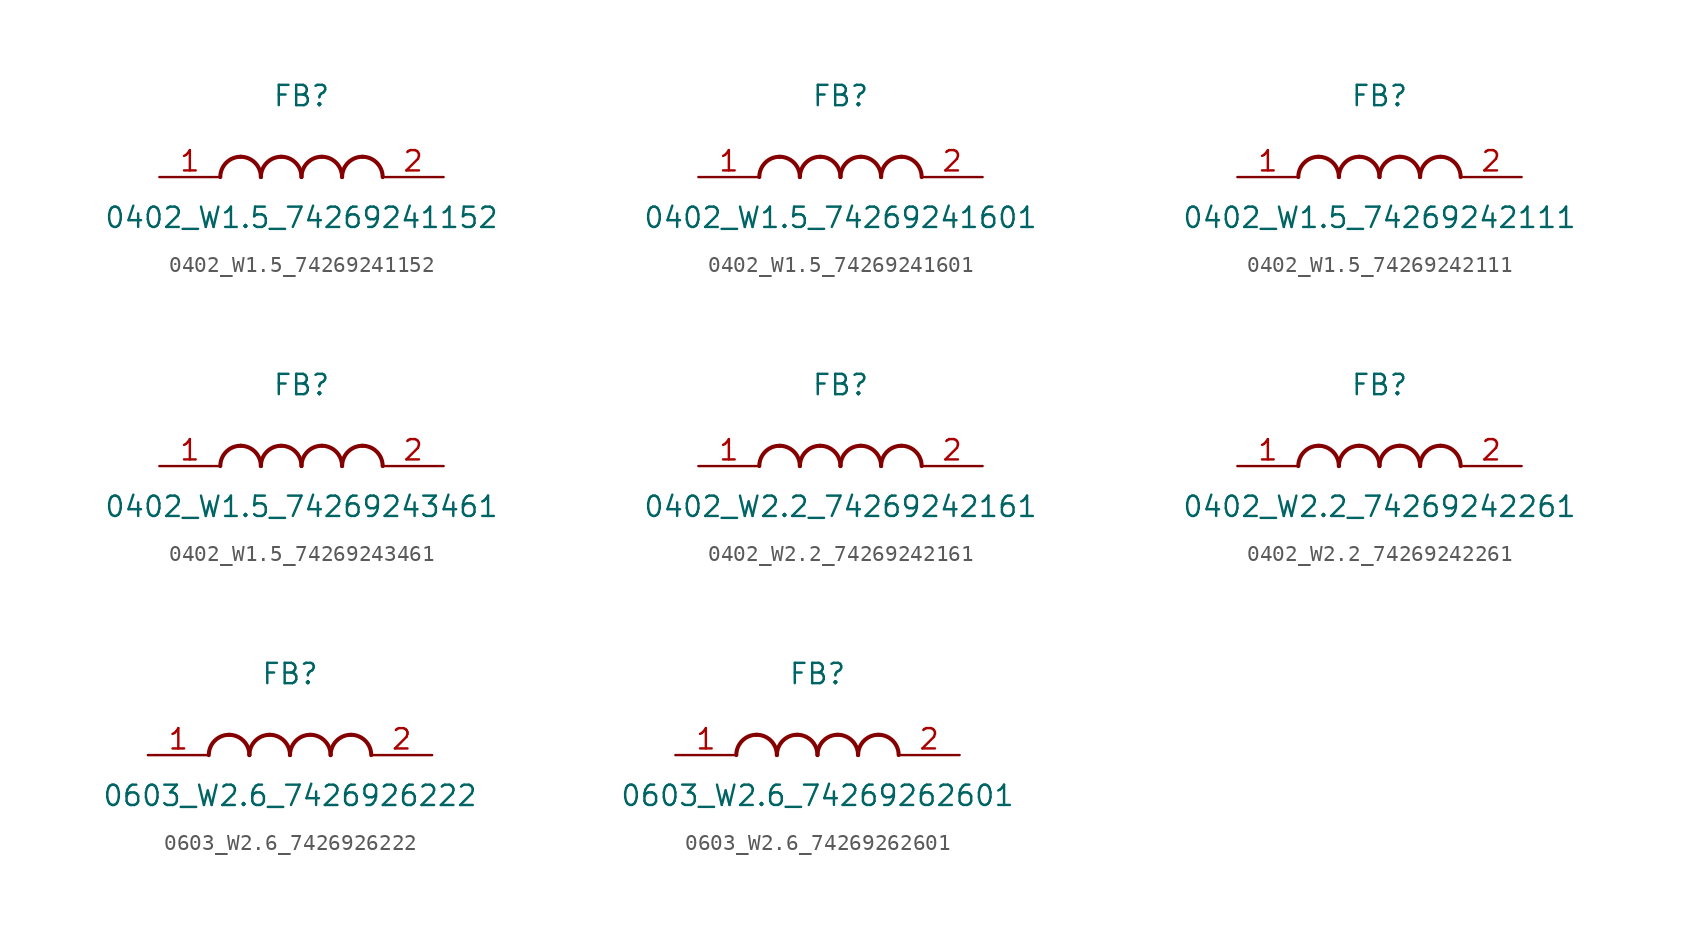
<source format=kicad_sym>
(kicad_symbol_lib
  (version 20211014)
  (generator kicad_symbol_editor)
  (symbol "Ferrite_Wurth_WE-TMSB:0402_W1.5_74269241152"
    (pin_names hide)
    (property "Reference" "FB"
      (at 0 5.08 0)
      (effects (font (size 1.27 1.27))))
    (property "Value" "0402_W1.5_74269241152"
      (at 0 -2.54 0)
      (effects (font (size 1.27 1.27))))
    (symbol "0402_W1.5_74269241152_0_1"
      (arc (start -3.81 1.27) (mid -4.708 0.898) (end -5.08 0) (stroke (width 0.254) (type default)) (fill (type none)))
      (arc (start -2.54 0) (mid -2.912 0.898) (end -3.81 1.27) (stroke (width 0.254) (type default)) (fill (type none)))
      (arc (start -1.2699 1.2701) (mid -2.1679 0.8981) (end -2.5399 0.0001) (stroke (width 0.254) (type default)) (fill (type none)))
      (arc (start 0.0001 0.0001) (mid -0.3719 0.8981) (end -1.2699 1.2701) (stroke (width 0.254) (type default)) (fill (type none)))
      (arc (start 1.2701 1.2701) (mid 0.3721 0.8981) (end 0.0001 0.0001) (stroke (width 0.254) (type default)) (fill (type none)))
      (arc (start 2.5401 0.0001) (mid 2.1681 0.8981) (end 1.2701 1.2701) (stroke (width 0.254) (type default)) (fill (type none)))
      (arc (start 3.8101 1.2701) (mid 2.9121 0.8981) (end 2.5401 0.0001) (stroke (width 0.254) (type default)) (fill (type none)))
      (arc (start 5.0801 0.0001) (mid 4.7081 0.8981) (end 3.8101 1.2701) (stroke (width 0.254) (type default)) (fill (type none))))
    (symbol "0402_W1.5_74269241152_1_1"
      (pin passive line (at -8.89 0 0) (length 3.81) (name "1" (effects (font (size 1.27 1.27)))) (number "1" (effects (font (size 1.27 1.27)))))
      (pin passive line (at 8.89 0 180) (length 3.81) (name "2" (effects (font (size 1.27 1.27)))) (number "2" (effects (font (size 1.27 1.27)))))))
  (symbol "Ferrite_Wurth_WE-TMSB:0402_W1.5_74269241601"
    (pin_names hide)
    (property "Reference" "FB"
      (at 0 5.08 0)
      (effects (font (size 1.27 1.27))))
    (property "Value" "0402_W1.5_74269241601"
      (at 0 -2.54 0)
      (effects (font (size 1.27 1.27))))
    (symbol "0402_W1.5_74269241601_0_1"
      (arc (start -3.81 1.27) (mid -4.708 0.898) (end -5.08 0) (stroke (width 0.254) (type default)) (fill (type none)))
      (arc (start -2.54 0) (mid -2.912 0.898) (end -3.81 1.27) (stroke (width 0.254) (type default)) (fill (type none)))
      (arc (start -1.2699 1.2701) (mid -2.1679 0.8981) (end -2.5399 0.0001) (stroke (width 0.254) (type default)) (fill (type none)))
      (arc (start 0.0001 0.0001) (mid -0.3719 0.8981) (end -1.2699 1.2701) (stroke (width 0.254) (type default)) (fill (type none)))
      (arc (start 1.2701 1.2701) (mid 0.3721 0.8981) (end 0.0001 0.0001) (stroke (width 0.254) (type default)) (fill (type none)))
      (arc (start 2.5401 0.0001) (mid 2.1681 0.8981) (end 1.2701 1.2701) (stroke (width 0.254) (type default)) (fill (type none)))
      (arc (start 3.8101 1.2701) (mid 2.9121 0.8981) (end 2.5401 0.0001) (stroke (width 0.254) (type default)) (fill (type none)))
      (arc (start 5.0801 0.0001) (mid 4.7081 0.8981) (end 3.8101 1.2701) (stroke (width 0.254) (type default)) (fill (type none))))
    (symbol "0402_W1.5_74269241601_1_1"
      (pin passive line (at -8.89 0 0) (length 3.81) (name "1" (effects (font (size 1.27 1.27)))) (number "1" (effects (font (size 1.27 1.27)))))
      (pin passive line (at 8.89 0 180) (length 3.81) (name "2" (effects (font (size 1.27 1.27)))) (number "2" (effects (font (size 1.27 1.27)))))))
  (symbol "Ferrite_Wurth_WE-TMSB:0402_W1.5_74269242111"
    (pin_names hide)
    (property "Reference" "FB"
      (at 0 5.08 0)
      (effects (font (size 1.27 1.27))))
    (property "Value" "0402_W1.5_74269242111"
      (at 0 -2.54 0)
      (effects (font (size 1.27 1.27))))
    (symbol "0402_W1.5_74269242111_0_1"
      (arc (start -3.81 1.27) (mid -4.708 0.898) (end -5.08 0) (stroke (width 0.254) (type default)) (fill (type none)))
      (arc (start -2.54 0) (mid -2.912 0.898) (end -3.81 1.27) (stroke (width 0.254) (type default)) (fill (type none)))
      (arc (start -1.2699 1.2701) (mid -2.1679 0.8981) (end -2.5399 0.0001) (stroke (width 0.254) (type default)) (fill (type none)))
      (arc (start 0.0001 0.0001) (mid -0.3719 0.8981) (end -1.2699 1.2701) (stroke (width 0.254) (type default)) (fill (type none)))
      (arc (start 1.2701 1.2701) (mid 0.3721 0.8981) (end 0.0001 0.0001) (stroke (width 0.254) (type default)) (fill (type none)))
      (arc (start 2.5401 0.0001) (mid 2.1681 0.8981) (end 1.2701 1.2701) (stroke (width 0.254) (type default)) (fill (type none)))
      (arc (start 3.8101 1.2701) (mid 2.9121 0.8981) (end 2.5401 0.0001) (stroke (width 0.254) (type default)) (fill (type none)))
      (arc (start 5.0801 0.0001) (mid 4.7081 0.8981) (end 3.8101 1.2701) (stroke (width 0.254) (type default)) (fill (type none))))
    (symbol "0402_W1.5_74269242111_1_1"
      (pin passive line (at -8.89 0 0) (length 3.81) (name "1" (effects (font (size 1.27 1.27)))) (number "1" (effects (font (size 1.27 1.27)))))
      (pin passive line (at 8.89 0 180) (length 3.81) (name "2" (effects (font (size 1.27 1.27)))) (number "2" (effects (font (size 1.27 1.27)))))))
  (symbol "Ferrite_Wurth_WE-TMSB:0402_W1.5_74269243461"
    (pin_names hide)
    (property "Reference" "FB"
      (at 0 5.08 0)
      (effects (font (size 1.27 1.27))))
    (property "Value" "0402_W1.5_74269243461"
      (at 0 -2.54 0)
      (effects (font (size 1.27 1.27))))
    (symbol "0402_W1.5_74269243461_0_1"
      (arc (start -3.81 1.27) (mid -4.708 0.898) (end -5.08 0) (stroke (width 0.254) (type default)) (fill (type none)))
      (arc (start -2.54 0) (mid -2.912 0.898) (end -3.81 1.27) (stroke (width 0.254) (type default)) (fill (type none)))
      (arc (start -1.2699 1.2701) (mid -2.1679 0.8981) (end -2.5399 0.0001) (stroke (width 0.254) (type default)) (fill (type none)))
      (arc (start 0.0001 0.0001) (mid -0.3719 0.8981) (end -1.2699 1.2701) (stroke (width 0.254) (type default)) (fill (type none)))
      (arc (start 1.2701 1.2701) (mid 0.3721 0.8981) (end 0.0001 0.0001) (stroke (width 0.254) (type default)) (fill (type none)))
      (arc (start 2.5401 0.0001) (mid 2.1681 0.8981) (end 1.2701 1.2701) (stroke (width 0.254) (type default)) (fill (type none)))
      (arc (start 3.8101 1.2701) (mid 2.9121 0.8981) (end 2.5401 0.0001) (stroke (width 0.254) (type default)) (fill (type none)))
      (arc (start 5.0801 0.0001) (mid 4.7081 0.8981) (end 3.8101 1.2701) (stroke (width 0.254) (type default)) (fill (type none))))
    (symbol "0402_W1.5_74269243461_1_1"
      (pin passive line (at -8.89 0 0) (length 3.81) (name "1" (effects (font (size 1.27 1.27)))) (number "1" (effects (font (size 1.27 1.27)))))
      (pin passive line (at 8.89 0 180) (length 3.81) (name "2" (effects (font (size 1.27 1.27)))) (number "2" (effects (font (size 1.27 1.27)))))))
  (symbol "Ferrite_Wurth_WE-TMSB:0402_W2.2_74269242161"
    (pin_names hide)
    (property "Reference" "FB"
      (at 0 5.08 0)
      (effects (font (size 1.27 1.27))))
    (property "Value" "0402_W2.2_74269242161"
      (at 0 -2.54 0)
      (effects (font (size 1.27 1.27))))
    (symbol "0402_W2.2_74269242161_0_1"
      (arc (start -3.81 1.27) (mid -4.708 0.898) (end -5.08 0) (stroke (width 0.254) (type default)) (fill (type none)))
      (arc (start -2.54 0) (mid -2.912 0.898) (end -3.81 1.27) (stroke (width 0.254) (type default)) (fill (type none)))
      (arc (start -1.2699 1.2701) (mid -2.1679 0.8981) (end -2.5399 0.0001) (stroke (width 0.254) (type default)) (fill (type none)))
      (arc (start 0.0001 0.0001) (mid -0.3719 0.8981) (end -1.2699 1.2701) (stroke (width 0.254) (type default)) (fill (type none)))
      (arc (start 1.2701 1.2701) (mid 0.3721 0.8981) (end 0.0001 0.0001) (stroke (width 0.254) (type default)) (fill (type none)))
      (arc (start 2.5401 0.0001) (mid 2.1681 0.8981) (end 1.2701 1.2701) (stroke (width 0.254) (type default)) (fill (type none)))
      (arc (start 3.8101 1.2701) (mid 2.9121 0.8981) (end 2.5401 0.0001) (stroke (width 0.254) (type default)) (fill (type none)))
      (arc (start 5.0801 0.0001) (mid 4.7081 0.8981) (end 3.8101 1.2701) (stroke (width 0.254) (type default)) (fill (type none))))
    (symbol "0402_W2.2_74269242161_1_1"
      (pin passive line (at -8.89 0 0) (length 3.81) (name "1" (effects (font (size 1.27 1.27)))) (number "1" (effects (font (size 1.27 1.27)))))
      (pin passive line (at 8.89 0 180) (length 3.81) (name "2" (effects (font (size 1.27 1.27)))) (number "2" (effects (font (size 1.27 1.27)))))))
  (symbol "Ferrite_Wurth_WE-TMSB:0402_W2.2_74269242261"
    (pin_names hide)
    (property "Reference" "FB"
      (at 0 5.08 0)
      (effects (font (size 1.27 1.27))))
    (property "Value" "0402_W2.2_74269242261"
      (at 0 -2.54 0)
      (effects (font (size 1.27 1.27))))
    (symbol "0402_W2.2_74269242261_0_1"
      (arc (start -3.81 1.27) (mid -4.708 0.898) (end -5.08 0) (stroke (width 0.254) (type default)) (fill (type none)))
      (arc (start -2.54 0) (mid -2.912 0.898) (end -3.81 1.27) (stroke (width 0.254) (type default)) (fill (type none)))
      (arc (start -1.2699 1.2701) (mid -2.1679 0.8981) (end -2.5399 0.0001) (stroke (width 0.254) (type default)) (fill (type none)))
      (arc (start 0.0001 0.0001) (mid -0.3719 0.8981) (end -1.2699 1.2701) (stroke (width 0.254) (type default)) (fill (type none)))
      (arc (start 1.2701 1.2701) (mid 0.3721 0.8981) (end 0.0001 0.0001) (stroke (width 0.254) (type default)) (fill (type none)))
      (arc (start 2.5401 0.0001) (mid 2.1681 0.8981) (end 1.2701 1.2701) (stroke (width 0.254) (type default)) (fill (type none)))
      (arc (start 3.8101 1.2701) (mid 2.9121 0.8981) (end 2.5401 0.0001) (stroke (width 0.254) (type default)) (fill (type none)))
      (arc (start 5.0801 0.0001) (mid 4.7081 0.8981) (end 3.8101 1.2701) (stroke (width 0.254) (type default)) (fill (type none))))
    (symbol "0402_W2.2_74269242261_1_1"
      (pin passive line (at -8.89 0 0) (length 3.81) (name "1" (effects (font (size 1.27 1.27)))) (number "1" (effects (font (size 1.27 1.27)))))
      (pin passive line (at 8.89 0 180) (length 3.81) (name "2" (effects (font (size 1.27 1.27)))) (number "2" (effects (font (size 1.27 1.27)))))))
  (symbol "Ferrite_Wurth_WE-TMSB:0603_W2.6_7426926222"
    (pin_names hide)
    (property "Reference" "FB"
      (at 0 5.08 0)
      (effects (font (size 1.27 1.27))))
    (property "Value" "0603_W2.6_7426926222"
      (at 0 -2.54 0)
      (effects (font (size 1.27 1.27))))
    (symbol "0603_W2.6_7426926222_0_1"
      (arc (start -3.81 1.27) (mid -4.708 0.898) (end -5.08 0) (stroke (width 0.254) (type default)) (fill (type none)))
      (arc (start -2.54 0) (mid -2.912 0.898) (end -3.81 1.27) (stroke (width 0.254) (type default)) (fill (type none)))
      (arc (start -1.2699 1.2701) (mid -2.1679 0.8981) (end -2.5399 0.0001) (stroke (width 0.254) (type default)) (fill (type none)))
      (arc (start 0.0001 0.0001) (mid -0.3719 0.8981) (end -1.2699 1.2701) (stroke (width 0.254) (type default)) (fill (type none)))
      (arc (start 1.2701 1.2701) (mid 0.3721 0.8981) (end 0.0001 0.0001) (stroke (width 0.254) (type default)) (fill (type none)))
      (arc (start 2.5401 0.0001) (mid 2.1681 0.8981) (end 1.2701 1.2701) (stroke (width 0.254) (type default)) (fill (type none)))
      (arc (start 3.8101 1.2701) (mid 2.9121 0.8981) (end 2.5401 0.0001) (stroke (width 0.254) (type default)) (fill (type none)))
      (arc (start 5.0801 0.0001) (mid 4.7081 0.8981) (end 3.8101 1.2701) (stroke (width 0.254) (type default)) (fill (type none))))
    (symbol "0603_W2.6_7426926222_1_1"
      (pin passive line (at -8.89 0 0) (length 3.81) (name "1" (effects (font (size 1.27 1.27)))) (number "1" (effects (font (size 1.27 1.27)))))
      (pin passive line (at 8.89 0 180) (length 3.81) (name "2" (effects (font (size 1.27 1.27)))) (number "2" (effects (font (size 1.27 1.27)))))))
  (symbol "Ferrite_Wurth_WE-TMSB:0603_W2.6_74269262601"
    (pin_names hide)
    (property "Reference" "FB"
      (at 0 5.08 0)
      (effects (font (size 1.27 1.27))))
    (property "Value" "0603_W2.6_74269262601"
      (at 0 -2.54 0)
      (effects (font (size 1.27 1.27))))
    (symbol "0603_W2.6_74269262601_0_1"
      (arc (start -3.81 1.27) (mid -4.708 0.898) (end -5.08 0) (stroke (width 0.254) (type default)) (fill (type none)))
      (arc (start -2.54 0) (mid -2.912 0.898) (end -3.81 1.27) (stroke (width 0.254) (type default)) (fill (type none)))
      (arc (start -1.2699 1.2701) (mid -2.1679 0.8981) (end -2.5399 0.0001) (stroke (width 0.254) (type default)) (fill (type none)))
      (arc (start 0.0001 0.0001) (mid -0.3719 0.8981) (end -1.2699 1.2701) (stroke (width 0.254) (type default)) (fill (type none)))
      (arc (start 1.2701 1.2701) (mid 0.3721 0.8981) (end 0.0001 0.0001) (stroke (width 0.254) (type default)) (fill (type none)))
      (arc (start 2.5401 0.0001) (mid 2.1681 0.8981) (end 1.2701 1.2701) (stroke (width 0.254) (type default)) (fill (type none)))
      (arc (start 3.8101 1.2701) (mid 2.9121 0.8981) (end 2.5401 0.0001) (stroke (width 0.254) (type default)) (fill (type none)))
      (arc (start 5.0801 0.0001) (mid 4.7081 0.8981) (end 3.8101 1.2701) (stroke (width 0.254) (type default)) (fill (type none))))
    (symbol "0603_W2.6_74269262601_1_1"
      (pin passive line (at -8.89 0 0) (length 3.81) (name "1" (effects (font (size 1.27 1.27)))) (number "1" (effects (font (size 1.27 1.27)))))
      (pin passive line (at 8.89 0 180) (length 3.81) (name "2" (effects (font (size 1.27 1.27)))) (number "2" (effects (font (size 1.27 1.27))))))))
</source>
